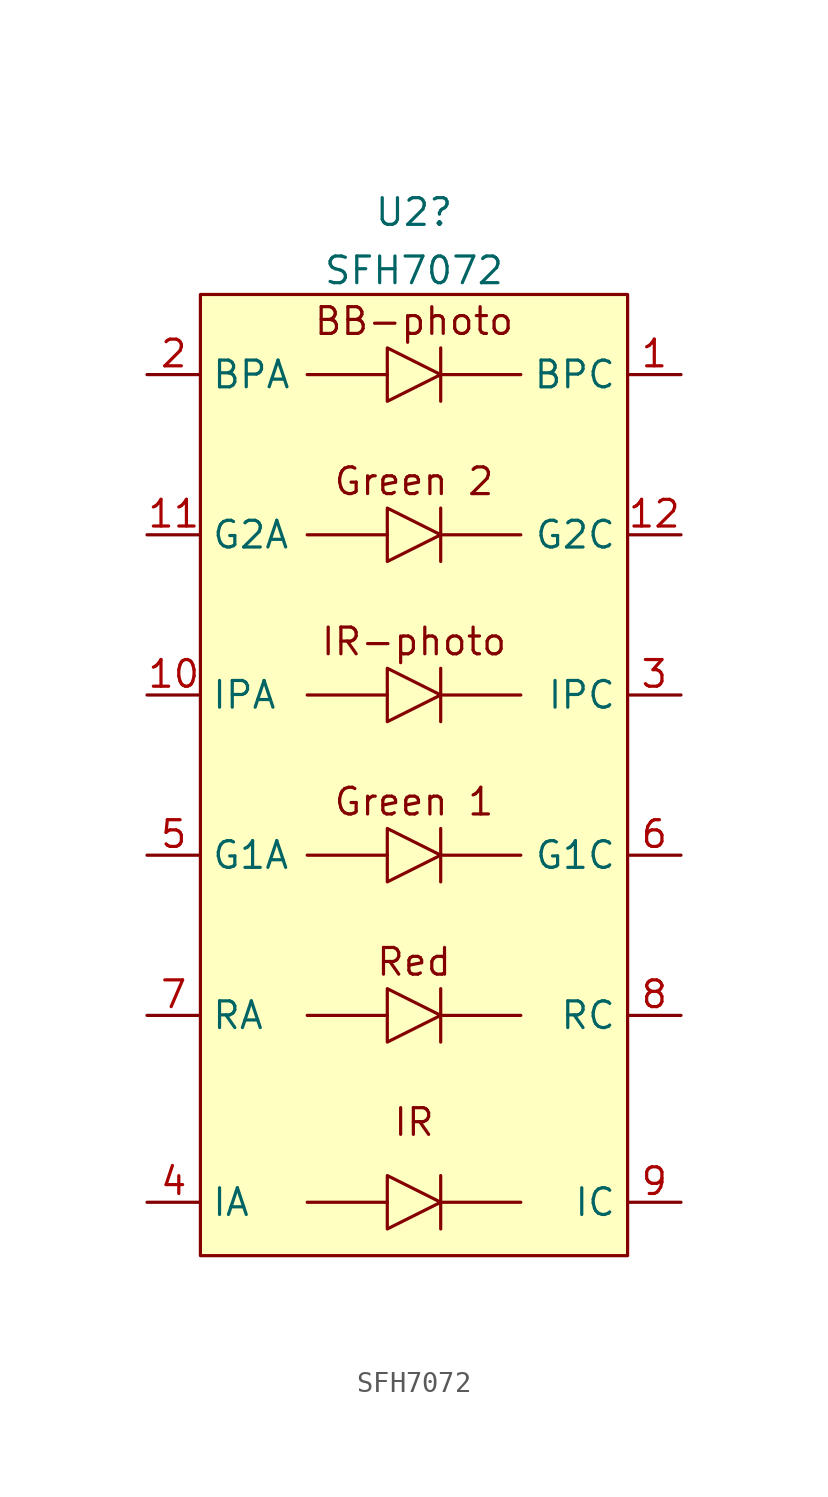
<source format=kicad_sym>
(kicad_symbol_lib
  (version 20211014)
  (generator kicad_symbol_editor)
  (symbol "SFH7072"
    (property "Reference" "U2"
      (at 0 25.506 0)
      (effects (font (size 1.27 1.27))))
    (property "Value" "SFH7072"
      (at 0 22.731 0)
      (effects (font (size 1.27 1.27))))
    (symbol "SFH7072_0_0"
      (rectangle (start -10.16 21.59) (end 10.16 -24.13) (stroke (width 0.152) (type default) (color 0 0 0 0)) (fill (type background)))
      (polyline (pts (xy -1.27 -21.59) (xy -5.08 -21.59)) (stroke (width 0.152) (type default) (color 0 0 0 0)) (fill (type none)))
      (polyline (pts (xy -1.27 -12.7) (xy -5.08 -12.7)) (stroke (width 0.152) (type default) (color 0 0 0 0)) (fill (type none)))
      (polyline (pts (xy -1.27 -5.08) (xy -5.08 -5.08)) (stroke (width 0.152) (type default) (color 0 0 0 0)) (fill (type none)))
      (polyline (pts (xy -1.27 2.54) (xy -5.08 2.54)) (stroke (width 0.152) (type default) (color 0 0 0 0)) (fill (type none)))
      (polyline (pts (xy -1.27 10.16) (xy -5.08 10.16)) (stroke (width 0.152) (type default) (color 0 0 0 0)) (fill (type none)))
      (polyline (pts (xy -1.27 17.78) (xy -5.08 17.78)) (stroke (width 0.152) (type default) (color 0 0 0 0)) (fill (type none)))
      (polyline (pts (xy 1.27 -21.59) (xy 5.08 -21.59)) (stroke (width 0.152) (type default) (color 0 0 0 0)) (fill (type none)))
      (polyline (pts (xy 1.27 -20.32) (xy 1.27 -22.86)) (stroke (width 0.152) (type default) (color 0 0 0 0)) (fill (type none)))
      (polyline (pts (xy 1.27 -12.7) (xy 5.08 -12.7)) (stroke (width 0.152) (type default) (color 0 0 0 0)) (fill (type none)))
      (polyline (pts (xy 1.27 -11.43) (xy 1.27 -13.97)) (stroke (width 0.152) (type default) (color 0 0 0 0)) (fill (type none)))
      (polyline (pts (xy 1.27 -5.08) (xy 5.08 -5.08)) (stroke (width 0.152) (type default) (color 0 0 0 0)) (fill (type none)))
      (polyline (pts (xy 1.27 -3.81) (xy 1.27 -6.35)) (stroke (width 0.152) (type default) (color 0 0 0 0)) (fill (type none)))
      (polyline (pts (xy 1.27 2.54) (xy 5.08 2.54)) (stroke (width 0.152) (type default) (color 0 0 0 0)) (fill (type none)))
      (polyline (pts (xy 1.27 3.81) (xy 1.27 1.27)) (stroke (width 0.152) (type default) (color 0 0 0 0)) (fill (type none)))
      (polyline (pts (xy 1.27 10.16) (xy 5.08 10.16)) (stroke (width 0.152) (type default) (color 0 0 0 0)) (fill (type none)))
      (polyline (pts (xy 1.27 11.43) (xy 1.27 8.89)) (stroke (width 0.152) (type default) (color 0 0 0 0)) (fill (type none)))
      (polyline (pts (xy 1.27 17.78) (xy 5.08 17.78)) (stroke (width 0.152) (type default) (color 0 0 0 0)) (fill (type none)))
      (polyline (pts (xy 1.27 19.05) (xy 1.27 16.51)) (stroke (width 0.152) (type default) (color 0 0 0 0)) (fill (type none)))
      (polyline (pts (xy -1.27 -22.86) (xy -1.27 -20.32) (xy 1.27 -21.59) (xy -1.27 -22.86) (xy -1.27 -21.59)) (stroke (width 0.152) (type default) (color 0 0 0 0)) (fill (type none)))
      (polyline (pts (xy -1.27 -13.97) (xy -1.27 -11.43) (xy 1.27 -12.7) (xy -1.27 -13.97) (xy -1.27 -12.7)) (stroke (width 0.152) (type default) (color 0 0 0 0)) (fill (type none)))
      (polyline (pts (xy -1.27 -6.35) (xy -1.27 -3.81) (xy 1.27 -5.08) (xy -1.27 -6.35) (xy -1.27 -5.08)) (stroke (width 0.152) (type default) (color 0 0 0 0)) (fill (type none)))
      (polyline (pts (xy -1.27 1.27) (xy -1.27 3.81) (xy 1.27 2.54) (xy -1.27 1.27) (xy -1.27 2.54)) (stroke (width 0.152) (type default) (color 0 0 0 0)) (fill (type none)))
      (polyline (pts (xy -1.27 8.89) (xy -1.27 11.43) (xy 1.27 10.16) (xy -1.27 8.89) (xy -1.27 10.16)) (stroke (width 0.152) (type default) (color 0 0 0 0)) (fill (type none)))
      (polyline (pts (xy -1.27 16.51) (xy -1.27 19.05) (xy 1.27 17.78) (xy -1.27 16.51) (xy -1.27 17.78)) (stroke (width 0.152) (type default) (color 0 0 0 0)) (fill (type none)))
      (text "BB-photo" (at 0 20.32 0) (effects (font (size 1.27 1.27))))
      (text "Green 1" (at 0 -2.54 0) (effects (font (size 1.27 1.27))))
      (text "Green 2" (at 0 12.7 0) (effects (font (size 1.27 1.27))))
      (text "IR" (at 0 -17.78 0) (effects (font (size 1.27 1.27))))
      (text "IR-photo" (at 0 5.08 0) (effects (font (size 1.27 1.27))))
      (text "Red" (at 0 -10.16 0) (effects (font (size 1.27 1.27)))))
    (symbol "SFH7072_1_1"
      (pin input line (at 12.7 17.78 180) (length 2.54) (name "BPC" (effects (font (size 1.27 1.27)))) (number "1" (effects (font (size 1.27 1.27)))))
      (pin input line (at -12.7 2.54 0) (length 2.54) (name "IPA" (effects (font (size 1.27 1.27)))) (number "10" (effects (font (size 1.27 1.27)))))
      (pin input line (at -12.7 10.16 0) (length 2.54) (name "G2A" (effects (font (size 1.27 1.27)))) (number "11" (effects (font (size 1.27 1.27)))))
      (pin input line (at 12.7 10.16 180) (length 2.54) (name "G2C" (effects (font (size 1.27 1.27)))) (number "12" (effects (font (size 1.27 1.27)))))
      (pin input line (at -12.7 17.78 0) (length 2.54) (name "BPA" (effects (font (size 1.27 1.27)))) (number "2" (effects (font (size 1.27 1.27)))))
      (pin input line (at 12.7 2.54 180) (length 2.54) (name "IPC" (effects (font (size 1.27 1.27)))) (number "3" (effects (font (size 1.27 1.27)))))
      (pin input line (at -12.7 -21.59 0) (length 2.54) (name "IA" (effects (font (size 1.27 1.27)))) (number "4" (effects (font (size 1.27 1.27)))))
      (pin input line (at -12.7 -5.08 0) (length 2.54) (name "G1A" (effects (font (size 1.27 1.27)))) (number "5" (effects (font (size 1.27 1.27)))))
      (pin input line (at 12.7 -5.08 180) (length 2.54) (name "G1C" (effects (font (size 1.27 1.27)))) (number "6" (effects (font (size 1.27 1.27)))))
      (pin input line (at -12.7 -12.7 0) (length 2.54) (name "RA" (effects (font (size 1.27 1.27)))) (number "7" (effects (font (size 1.27 1.27)))))
      (pin input line (at 12.7 -12.7 180) (length 2.54) (name "RC" (effects (font (size 1.27 1.27)))) (number "8" (effects (font (size 1.27 1.27)))))
      (pin input line (at 12.7 -21.59 180) (length 2.54) (name "IC" (effects (font (size 1.27 1.27)))) (number "9" (effects (font (size 1.27 1.27))))))))
</source>
